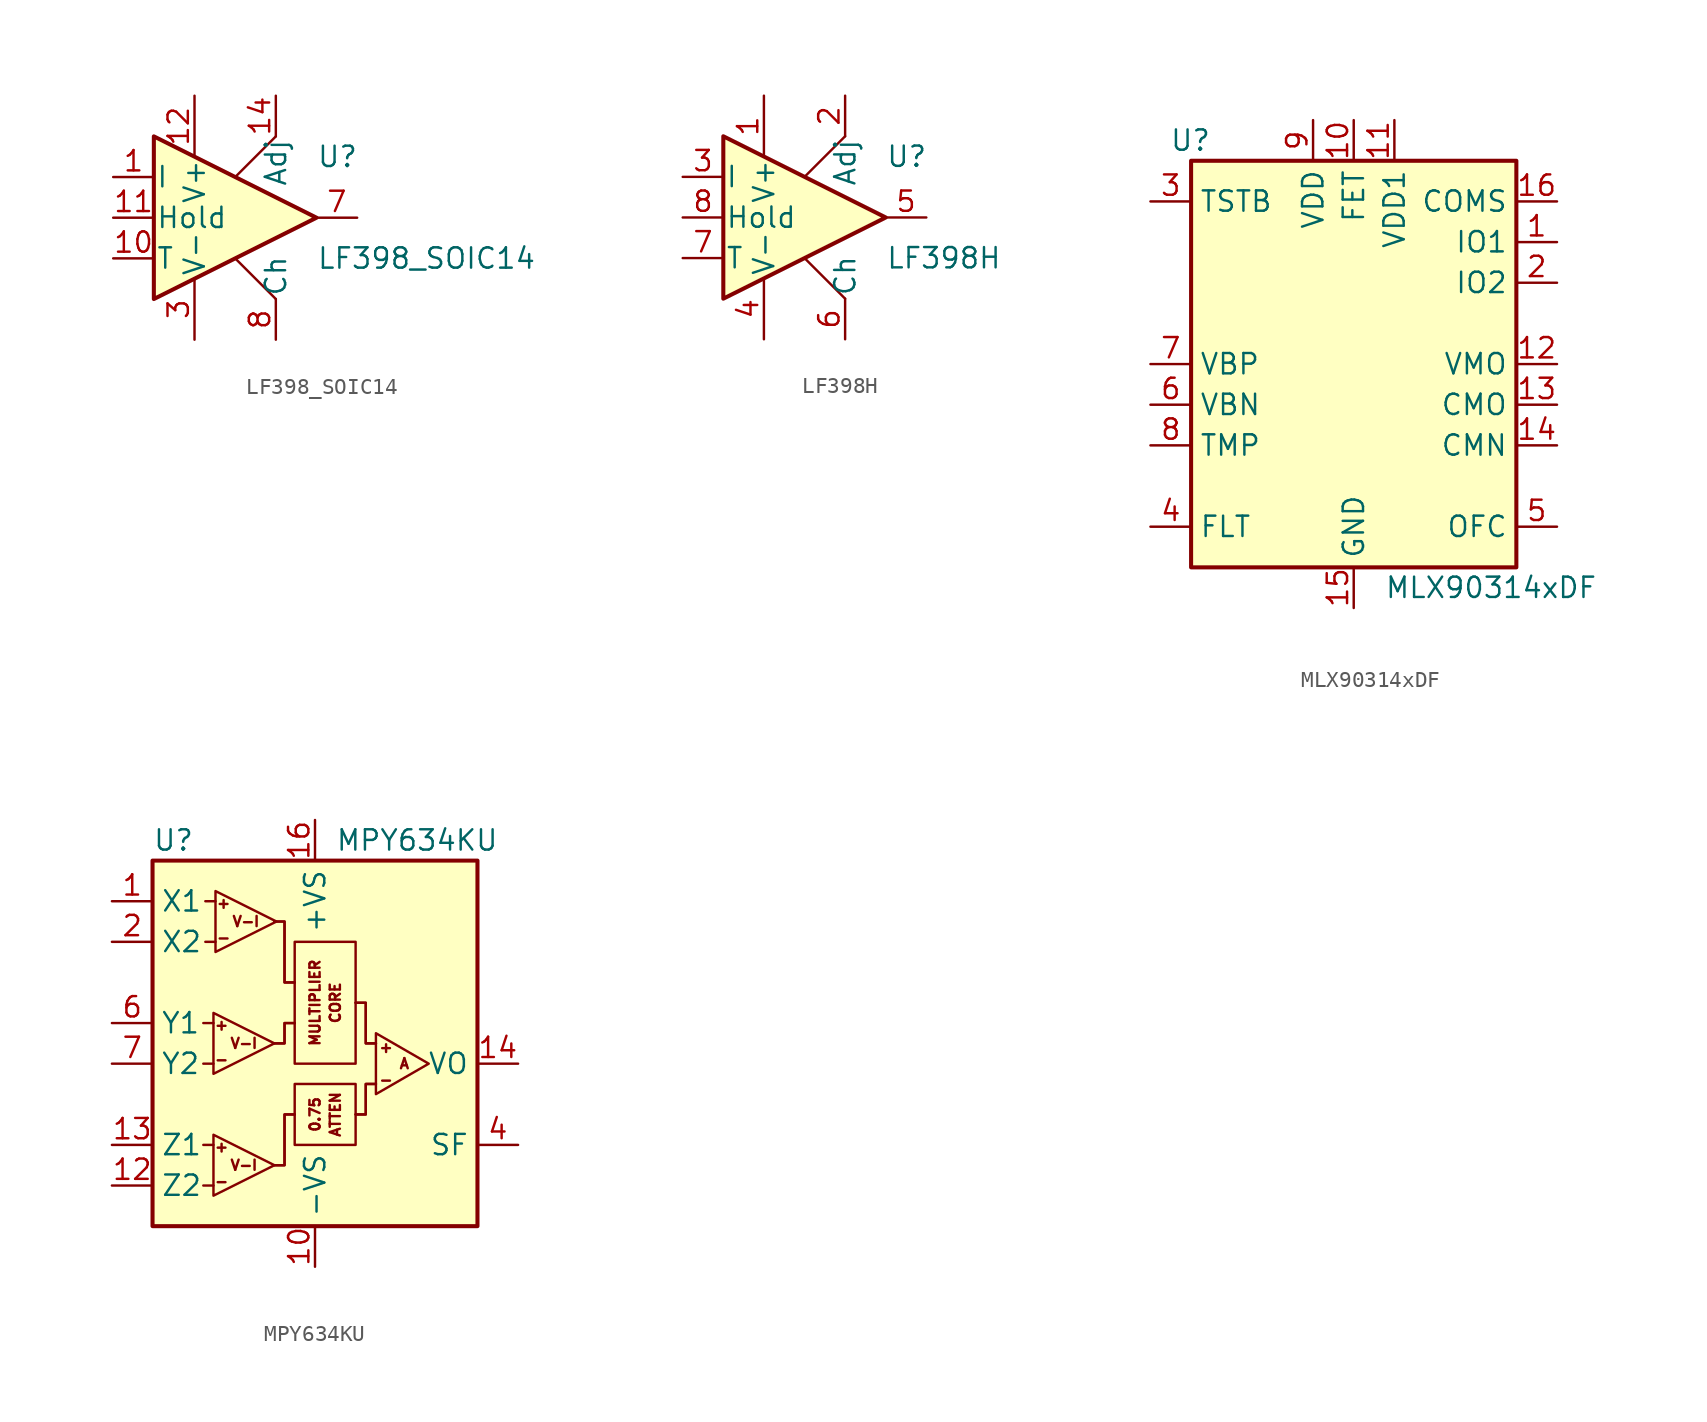
<source format=kicad_sym>
(kicad_symbol_lib
  (version 20211014)
  (generator kicad_symbol_editor)
  (symbol "LF398_SOIC14"
    (pin_names
      (offset 0.127))
    (property "Reference" "U"
      (at 5.08 3.81 0)
      (effects (font (size 1.27 1.27)) (justify left)))
    (property "Value" "LF398_SOIC14"
      (at 5.08 -2.54 0)
      (effects (font (size 1.27 1.27)) (justify left)))
    (symbol "LF398_SOIC14_0_1"
      (polyline (pts (xy 0 -2.54) (xy 2.54 -5.08)) (stroke (width 0) (type default) (color 0 0 0 0)) (fill (type none)))
      (polyline (pts (xy 2.54 5.08) (xy 0 2.54)) (stroke (width 0) (type default) (color 0 0 0 0)) (fill (type none)))
      (polyline (pts (xy -5.08 5.08) (xy 5.08 0) (xy -5.08 -5.08) (xy -5.08 5.08)) (stroke (width 0.254) (type default) (color 0 0 0 0)) (fill (type background))))
    (symbol "LF398_SOIC14_1_1"
      (pin input line (at -7.62 2.54 0) (length 2.54) (name "I" (effects (font (size 1.27 1.27)))) (number "1" (effects (font (size 1.27 1.27)))))
      (pin passive line (at -7.62 -2.54 0) (length 2.54) (name "T" (effects (font (size 1.27 1.27)))) (number "10" (effects (font (size 1.27 1.27)))))
      (pin input line (at -7.62 0 0) (length 2.54) (name "Hold" (effects (font (size 1.27 1.27)))) (number "11" (effects (font (size 1.27 1.27)))))
      (pin passive line (at -2.54 7.62 270) (length 3.81) (name "V+" (effects (font (size 1.27 1.27)))) (number "12" (effects (font (size 1.27 1.27)))))
      (pin no_connect line (at 0 -2.54 90) (length 2.54) hide (name "NC" (effects (font (size 1.27 1.27)))) (number "13" (effects (font (size 1.27 1.27)))))
      (pin passive line (at 2.54 7.62 270) (length 2.54) (name "Adj" (effects (font (size 1.27 1.27)))) (number "14" (effects (font (size 1.27 1.27)))))
      (pin no_connect line (at -5.08 2.54 270) (length 2.54) hide (name "NC" (effects (font (size 1.27 1.27)))) (number "2" (effects (font (size 1.27 1.27)))))
      (pin passive line (at -2.54 -7.62 90) (length 3.81) (name "V-" (effects (font (size 1.27 1.27)))) (number "3" (effects (font (size 1.27 1.27)))))
      (pin no_connect line (at -2.54 2.54 270) (length 2.54) hide (name "NC" (effects (font (size 1.27 1.27)))) (number "4" (effects (font (size 1.27 1.27)))))
      (pin no_connect line (at -5.08 -2.54 90) (length 2.54) hide (name "NC" (effects (font (size 1.27 1.27)))) (number "5" (effects (font (size 1.27 1.27)))))
      (pin no_connect line (at -2.54 -2.54 90) (length 2.54) hide (name "NC" (effects (font (size 1.27 1.27)))) (number "6" (effects (font (size 1.27 1.27)))))
      (pin output line (at 7.62 0 180) (length 2.54) (name "~" (effects (font (size 1.27 1.27)))) (number "7" (effects (font (size 1.27 1.27)))))
      (pin passive line (at 2.54 -7.62 90) (length 2.54) (name "Ch" (effects (font (size 1.27 1.27)))) (number "8" (effects (font (size 1.27 1.27)))))
      (pin no_connect line (at 0 2.54 270) (length 2.54) hide (name "NC" (effects (font (size 1.27 1.27)))) (number "9" (effects (font (size 1.27 1.27)))))))
  (symbol "LF398H"
    (pin_names
      (offset 0.127))
    (property "Reference" "U"
      (at 5.08 3.81 0)
      (effects (font (size 1.27 1.27)) (justify left)))
    (property "Value" "LF398H"
      (at 5.08 -2.54 0)
      (effects (font (size 1.27 1.27)) (justify left)))
    (symbol "LF398H_0_1"
      (polyline (pts (xy 0 -2.54) (xy 2.54 -5.08)) (stroke (width 0) (type default) (color 0 0 0 0)) (fill (type none)))
      (polyline (pts (xy 2.54 5.08) (xy 0 2.54)) (stroke (width 0) (type default) (color 0 0 0 0)) (fill (type none)))
      (polyline (pts (xy -5.08 5.08) (xy 5.08 0) (xy -5.08 -5.08) (xy -5.08 5.08)) (stroke (width 0.254) (type default) (color 0 0 0 0)) (fill (type background))))
    (symbol "LF398H_1_1"
      (pin passive line (at -2.54 7.62 270) (length 3.81) (name "V+" (effects (font (size 1.27 1.27)))) (number "1" (effects (font (size 1.27 1.27)))))
      (pin passive line (at 2.54 7.62 270) (length 2.54) (name "Adj" (effects (font (size 1.27 1.27)))) (number "2" (effects (font (size 1.27 1.27)))))
      (pin input line (at -7.62 2.54 0) (length 2.54) (name "I" (effects (font (size 1.27 1.27)))) (number "3" (effects (font (size 1.27 1.27)))))
      (pin passive line (at -2.54 -7.62 90) (length 3.81) (name "V-" (effects (font (size 1.27 1.27)))) (number "4" (effects (font (size 1.27 1.27)))))
      (pin output line (at 7.62 0 180) (length 2.54) (name "~" (effects (font (size 1.27 1.27)))) (number "5" (effects (font (size 1.27 1.27)))))
      (pin passive line (at 2.54 -7.62 90) (length 2.54) (name "Ch" (effects (font (size 1.27 1.27)))) (number "6" (effects (font (size 1.27 1.27)))))
      (pin passive line (at -7.62 -2.54 0) (length 2.54) (name "T" (effects (font (size 1.27 1.27)))) (number "7" (effects (font (size 1.27 1.27)))))
      (pin input line (at -7.62 0 0) (length 2.54) (name "Hold" (effects (font (size 1.27 1.27)))) (number "8" (effects (font (size 1.27 1.27)))))))
  (symbol "MLX90314xDF"
    (property "Reference" "U"
      (at -8.89 13.97 0)
      (effects (font (size 1.27 1.27)) (justify right)))
    (property "Value" "MLX90314xDF"
      (at 15.24 -13.97 0)
      (effects (font (size 1.27 1.27)) (justify right)))
    (symbol "MLX90314xDF_0_1"
      (rectangle (start -10.16 12.7) (end 10.16 -12.7) (stroke (width 0.254) (type default) (color 0 0 0 0)) (fill (type background))))
    (symbol "MLX90314xDF_1_1"
      (pin bidirectional line (at 12.7 7.62 180) (length 2.54) (name "IO1" (effects (font (size 1.27 1.27)))) (number "1" (effects (font (size 1.27 1.27)))))
      (pin output line (at 0 15.24 270) (length 2.54) (name "FET" (effects (font (size 1.27 1.27)))) (number "10" (effects (font (size 1.27 1.27)))))
      (pin power_in line (at 2.54 15.24 270) (length 2.54) (name "VDD1" (effects (font (size 1.27 1.27)))) (number "11" (effects (font (size 1.27 1.27)))))
      (pin output line (at 12.7 0 180) (length 2.54) (name "VMO" (effects (font (size 1.27 1.27)))) (number "12" (effects (font (size 1.27 1.27)))))
      (pin output line (at 12.7 -2.54 180) (length 2.54) (name "CMO" (effects (font (size 1.27 1.27)))) (number "13" (effects (font (size 1.27 1.27)))))
      (pin input line (at 12.7 -5.08 180) (length 2.54) (name "CMN" (effects (font (size 1.27 1.27)))) (number "14" (effects (font (size 1.27 1.27)))))
      (pin power_in line (at 0 -15.24 90) (length 2.54) (name "GND" (effects (font (size 1.27 1.27)))) (number "15" (effects (font (size 1.27 1.27)))))
      (pin bidirectional line (at 12.7 10.16 180) (length 2.54) (name "COMS" (effects (font (size 1.27 1.27)))) (number "16" (effects (font (size 1.27 1.27)))))
      (pin bidirectional line (at 12.7 5.08 180) (length 2.54) (name "IO2" (effects (font (size 1.27 1.27)))) (number "2" (effects (font (size 1.27 1.27)))))
      (pin input line (at -12.7 10.16 0) (length 2.54) (name "TSTB" (effects (font (size 1.27 1.27)))) (number "3" (effects (font (size 1.27 1.27)))))
      (pin passive line (at -12.7 -10.16 0) (length 2.54) (name "FLT" (effects (font (size 1.27 1.27)))) (number "4" (effects (font (size 1.27 1.27)))))
      (pin output line (at 12.7 -10.16 180) (length 2.54) (name "OFC" (effects (font (size 1.27 1.27)))) (number "5" (effects (font (size 1.27 1.27)))))
      (pin input line (at -12.7 -2.54 0) (length 2.54) (name "VBN" (effects (font (size 1.27 1.27)))) (number "6" (effects (font (size 1.27 1.27)))))
      (pin input line (at -12.7 0 0) (length 2.54) (name "VBP" (effects (font (size 1.27 1.27)))) (number "7" (effects (font (size 1.27 1.27)))))
      (pin input line (at -12.7 -5.08 0) (length 2.54) (name "TMP" (effects (font (size 1.27 1.27)))) (number "8" (effects (font (size 1.27 1.27)))))
      (pin power_in line (at -2.54 15.24 270) (length 2.54) (name "VDD" (effects (font (size 1.27 1.27)))) (number "9" (effects (font (size 1.27 1.27)))))))
  (symbol "MPY634KU"
    (property "Reference" "U"
      (at -10.16 13.97 0)
      (effects (font (size 1.27 1.27)) (justify left)))
    (property "Value" "MPY634KU"
      (at 1.27 13.97 0)
      (effects (font (size 1.27 1.27)) (justify left)))
    (symbol "MPY634KU_0_0"
      (polyline (pts (xy -1.27 -3.175) (xy -1.905 -3.175) (xy -1.905 -6.35) (xy -2.54 -6.35)) (stroke (width 0) (type default) (color 0 0 0 0)) (fill (type none)))
      (polyline (pts (xy -1.27 -3.175) (xy -1.905 -3.175) (xy -1.905 -6.35) (xy -2.54 -6.35)) (stroke (width 0) (type default) (color 0 0 0 0)) (fill (type none)))
      (polyline (pts (xy -1.27 2.54) (xy -1.905 2.54) (xy -1.905 1.27) (xy -2.54 1.27)) (stroke (width 0) (type default) (color 0 0 0 0)) (fill (type none)))
      (polyline (pts (xy -1.27 2.54) (xy -1.905 2.54) (xy -1.905 1.27) (xy -2.54 1.27)) (stroke (width 0) (type default) (color 0 0 0 0)) (fill (type none)))
      (polyline (pts (xy -1.27 5.08) (xy -1.905 5.08) (xy -1.905 8.89) (xy -2.54 8.89)) (stroke (width 0) (type default) (color 0 0 0 0)) (fill (type none)))
      (polyline (pts (xy -1.27 5.08) (xy -1.905 5.08) (xy -1.905 8.89) (xy -2.54 8.89)) (stroke (width 0) (type default) (color 0 0 0 0)) (fill (type none)))
      (polyline (pts (xy 3.81 -1.27) (xy 3.175 -1.27) (xy 3.175 -3.175) (xy 2.54 -3.175)) (stroke (width 0) (type default) (color 0 0 0 0)) (fill (type none)))
      (polyline (pts (xy 3.81 -1.27) (xy 3.175 -1.27) (xy 3.175 -3.175) (xy 2.54 -3.175)) (stroke (width 0) (type default) (color 0 0 0 0)) (fill (type none)))
      (polyline (pts (xy 3.81 1.27) (xy 3.175 1.27) (xy 3.175 3.81) (xy 2.54 3.81)) (stroke (width 0) (type default) (color 0 0 0 0)) (fill (type none)))
      (polyline (pts (xy 3.81 1.27) (xy 3.175 1.27) (xy 3.175 3.81) (xy 2.54 3.81)) (stroke (width 0) (type default) (color 0 0 0 0)) (fill (type none)))
      (text "+" (at -5.842 -5.207 0) (effects (font (size 0.635 0.635))))
      (text "+" (at -5.842 2.413 0) (effects (font (size 0.635 0.635))))
      (text "+" (at -5.715 10.033 0) (effects (font (size 0.635 0.635))))
      (text "+" (at 4.445 1.016 0) (effects (font (size 0.635 0.635))))
      (text "-" (at -5.842 -7.366 0) (effects (font (size 0.635 0.635))))
      (text "-" (at -5.842 0.254 0) (effects (font (size 0.635 0.635))))
      (text "-" (at -5.715 7.874 0) (effects (font (size 0.635 0.635))))
      (text "-" (at 4.445 -1.016 0) (effects (font (size 0.635 0.635))))
      (text "A" (at 5.588 0 0) (effects (font (size 0.635 0.635))))
      (text "V-I" (at -4.445 -6.35 0) (effects (font (size 0.635 0.635))))
      (text "V-I" (at -4.445 1.27 0) (effects (font (size 0.635 0.635))))
      (text "V-I" (at -4.318 8.89 0) (effects (font (size 0.635 0.635)))))
    (symbol "MPY634KU_0_1"
      (rectangle (start -10.16 12.7) (end 10.16 -10.16) (stroke (width 0.254) (type default) (color 0 0 0 0)) (fill (type background)))
      (rectangle (start -1.27 -1.27) (end 2.54 -5.08) (stroke (width 0) (type default) (color 0 0 0 0)) (fill (type none)))
      (rectangle (start -1.27 7.62) (end 2.54 0) (stroke (width 0) (type default) (color 0 0 0 0)) (fill (type none)))
      (polyline (pts (xy -6.985 -7.62) (xy -6.35 -7.62)) (stroke (width 0) (type default) (color 0 0 0 0)) (fill (type none)))
      (polyline (pts (xy -6.985 -5.08) (xy -6.35 -5.08)) (stroke (width 0) (type default) (color 0 0 0 0)) (fill (type none)))
      (polyline (pts (xy -6.985 0) (xy -6.35 0)) (stroke (width 0) (type default) (color 0 0 0 0)) (fill (type none)))
      (polyline (pts (xy -6.985 2.54) (xy -6.35 2.54)) (stroke (width 0) (type default) (color 0 0 0 0)) (fill (type none)))
      (polyline (pts (xy -6.858 7.62) (xy -6.223 7.62)) (stroke (width 0) (type default) (color 0 0 0 0)) (fill (type none)))
      (polyline (pts (xy -6.858 10.16) (xy -6.223 10.16)) (stroke (width 0) (type default) (color 0 0 0 0)) (fill (type none)))
      (polyline (pts (xy -6.35 -4.445) (xy -6.35 -8.255) (xy -2.54 -6.35) (xy -6.35 -4.445)) (stroke (width 0) (type default) (color 0 0 0 0)) (fill (type none)))
      (polyline (pts (xy -6.35 3.175) (xy -6.35 -0.635) (xy -2.54 1.27) (xy -6.35 3.175)) (stroke (width 0) (type default) (color 0 0 0 0)) (fill (type none)))
      (polyline (pts (xy -6.223 10.795) (xy -6.223 6.985) (xy -2.413 8.89) (xy -6.223 10.795)) (stroke (width 0) (type default) (color 0 0 0 0)) (fill (type none)))
      (polyline (pts (xy 3.81 1.905) (xy 3.81 -1.905) (xy 7.112 0) (xy 3.81 1.905)) (stroke (width 0) (type default) (color 0 0 0 0)) (fill (type none))))
    (symbol "MPY634KU_1_0"
      (text "0.75" (at 0 -3.175 900) (effects (font (size 0.635 0.635))))
      (text "ATTEN" (at 1.27 -3.175 900) (effects (font (size 0.635 0.635))))
      (text "CORE" (at 1.27 3.81 900) (effects (font (size 0.635 0.635))))
      (text "MULTIPLIER" (at 0 3.81 900) (effects (font (size 0.635 0.635)))))
    (symbol "MPY634KU_1_1"
      (pin input line (at -12.7 10.16 0) (length 2.54) (name "X1" (effects (font (size 1.27 1.27)))) (number "1" (effects (font (size 1.27 1.27)))))
      (pin power_in line (at 0 -12.7 90) (length 2.54) (name "-VS" (effects (font (size 1.27 1.27)))) (number "10" (effects (font (size 1.27 1.27)))))
      (pin no_connect line (at 10.16 -2.54 180) (length 2.54) hide (name "NC" (effects (font (size 1.27 1.27)))) (number "11" (effects (font (size 1.27 1.27)))))
      (pin input line (at -12.7 -7.62 0) (length 2.54) (name "Z2" (effects (font (size 1.27 1.27)))) (number "12" (effects (font (size 1.27 1.27)))))
      (pin input line (at -12.7 -5.08 0) (length 2.54) (name "Z1" (effects (font (size 1.27 1.27)))) (number "13" (effects (font (size 1.27 1.27)))))
      (pin output line (at 12.7 0 180) (length 2.54) (name "VO" (effects (font (size 1.27 1.27)))) (number "14" (effects (font (size 1.27 1.27)))))
      (pin no_connect line (at 10.16 -7.62 180) (length 2.54) hide (name "NC" (effects (font (size 1.27 1.27)))) (number "15" (effects (font (size 1.27 1.27)))))
      (pin power_in line (at 0 15.24 270) (length 2.54) (name "+VS" (effects (font (size 1.27 1.27)))) (number "16" (effects (font (size 1.27 1.27)))))
      (pin input line (at -12.7 7.62 0) (length 2.54) (name "X2" (effects (font (size 1.27 1.27)))) (number "2" (effects (font (size 1.27 1.27)))))
      (pin no_connect line (at 10.16 10.16 180) (length 2.54) hide (name "NC" (effects (font (size 1.27 1.27)))) (number "3" (effects (font (size 1.27 1.27)))))
      (pin passive line (at 12.7 -5.08 180) (length 2.54) (name "SF" (effects (font (size 1.27 1.27)))) (number "4" (effects (font (size 1.27 1.27)))))
      (pin no_connect line (at 10.16 7.62 180) (length 2.54) hide (name "NC" (effects (font (size 1.27 1.27)))) (number "5" (effects (font (size 1.27 1.27)))))
      (pin input line (at -12.7 2.54 0) (length 2.54) (name "Y1" (effects (font (size 1.27 1.27)))) (number "6" (effects (font (size 1.27 1.27)))))
      (pin input line (at -12.7 0 0) (length 2.54) (name "Y2" (effects (font (size 1.27 1.27)))) (number "7" (effects (font (size 1.27 1.27)))))
      (pin no_connect line (at 10.16 5.08 180) (length 2.54) hide (name "NC" (effects (font (size 1.27 1.27)))) (number "8" (effects (font (size 1.27 1.27)))))
      (pin no_connect line (at 10.16 2.54 180) (length 2.54) hide (name "NC" (effects (font (size 1.27 1.27)))) (number "9" (effects (font (size 1.27 1.27))))))))
</source>
